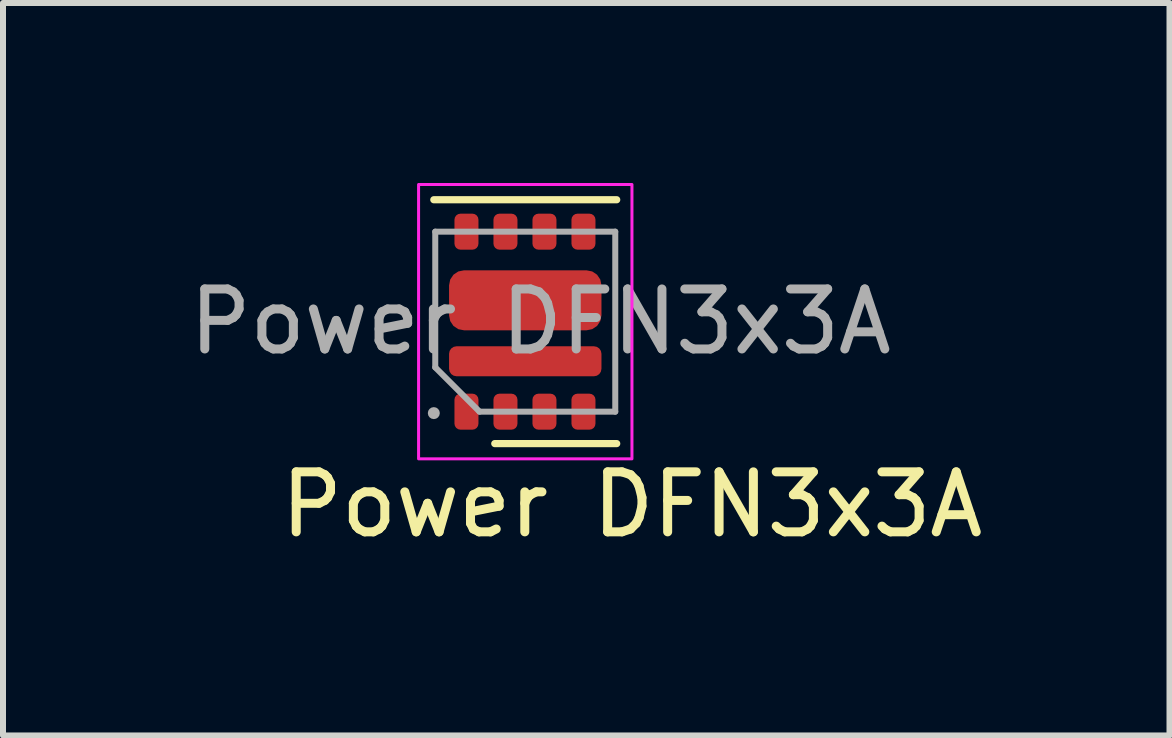
<source format=kicad_pcb>
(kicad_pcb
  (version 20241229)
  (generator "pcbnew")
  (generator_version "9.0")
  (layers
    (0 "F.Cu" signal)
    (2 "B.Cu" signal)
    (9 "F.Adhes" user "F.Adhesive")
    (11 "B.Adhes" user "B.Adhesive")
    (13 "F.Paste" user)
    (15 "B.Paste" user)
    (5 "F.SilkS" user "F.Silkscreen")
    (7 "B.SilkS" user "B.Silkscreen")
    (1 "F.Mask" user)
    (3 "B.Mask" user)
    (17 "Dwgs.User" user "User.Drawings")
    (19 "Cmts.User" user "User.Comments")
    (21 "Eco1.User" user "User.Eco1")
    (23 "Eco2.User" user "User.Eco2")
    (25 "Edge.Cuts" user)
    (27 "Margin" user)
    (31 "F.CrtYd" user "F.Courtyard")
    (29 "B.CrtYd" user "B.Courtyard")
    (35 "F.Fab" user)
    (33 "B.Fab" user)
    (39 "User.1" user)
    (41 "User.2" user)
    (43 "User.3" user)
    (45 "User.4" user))
  (footprint "Power DFN3x3A"
    (layer "F.Cu")
    (at 5.704 2.311)
    (property "Reference" "Power DFN3x3A" (at 1.778 3.048 0) (unlocked yes) (layer "F.SilkS") (effects (font (size 1 1) (thickness 0.15))))
    (attr smd)
    (fp_line (start 1.524 -2.032) (end -1.524 -2.032) (stroke (width 0.12) (type solid)) (layer "F.SilkS"))
    (fp_line (start 1.524 2.032) (end -0.508 2.032) (stroke (width 0.12) (type solid)) (layer "F.SilkS"))
    (fp_rect (start 1.778 2.286) (end -1.778 -2.286) (stroke (width 0.05) (type solid)) (fill no) (layer "F.CrtYd"))
    (fp_line (start -1.5 -1.5) (end -1.5 0.762) (stroke (width 0.1) (type solid)) (layer "F.Fab"))
    (fp_line (start -1.5 -1.5) (end 1.5 -1.5) (stroke (width 0.1) (type solid)) (layer "F.Fab"))
    (fp_line (start -0.762 1.5) (end -1.5 0.762) (stroke (width 0.1) (type solid)) (layer "F.Fab"))
    (fp_line (start 1.5 1.5) (end -0.762 1.5) (stroke (width 0.1) (type solid)) (layer "F.Fab"))
    (fp_line (start 1.5 1.5) (end 1.5 -1.5) (stroke (width 0.1) (type solid)) (layer "F.Fab"))
    (fp_circle (center -1.524 1.524) (end -1.524 1.524) (stroke (width 0.1) (type solid)) (fill no) (layer "F.Fab"))
    (fp_text user "${REFERENCE}" (at 0.254 0 0) (unlocked yes) (layer "F.Fab") (effects (font (size 1 1) (thickness 0.15))))
    (pad "1" smd roundrect (at -0.98 1.5) (size 0.4 0.6) (layers "F.Cu" "F.Mask" "F.Paste") (roundrect_rratio 0.25))
    (pad "2" smd roundrect (at -0.33 1.5) (size 0.4 0.6) (layers "F.Cu" "F.Mask" "F.Paste") (roundrect_rratio 0.25))
    (pad "3" smd roundrect (at 0.32 1.5) (size 0.4 0.6) (layers "F.Cu" "F.Mask" "F.Paste") (roundrect_rratio 0.25))
    (pad "4" smd roundrect (at 0.97 1.5) (size 0.4 0.6) (layers "F.Cu" "F.Mask" "F.Paste") (roundrect_rratio 0.25))
    (pad "5" smd roundrect (at 0.97 -1.5) (size 0.4 0.6) (layers "F.Cu" "F.Mask" "F.Paste") (roundrect_rratio 0.25))
    (pad "6" smd roundrect (at 0.32 -1.5) (size 0.4 0.6) (layers "F.Cu" "F.Mask" "F.Paste") (roundrect_rratio 0.25))
    (pad "7" smd roundrect (at -0.33 -1.5) (size 0.4 0.6) (layers "F.Cu" "F.Mask" "F.Paste") (roundrect_rratio 0.25))
    (pad "8" smd roundrect (at -0.98 -1.5) (size 0.4 0.6) (layers "F.Cu" "F.Mask" "F.Paste") (roundrect_rratio 0.25))
    (pad "9" smd roundrect (at 0 0.66) (size 2.54 0.5) (layers "F.Cu" "F.Mask" "F.Paste") (roundrect_rratio 0.25))
    (pad "10" smd roundrect (at 0 -0.356) (size 2.54 1) (layers "F.Cu" "F.Mask" "F.Paste") (roundrect_rratio 0.25)))
  (gr_rect
    (start -3 -3)
    (end 16.441 9.207)
    (stroke (width 0.1) (type default))
    (fill no)
    (layer "Edge.Cuts")))
</source>
